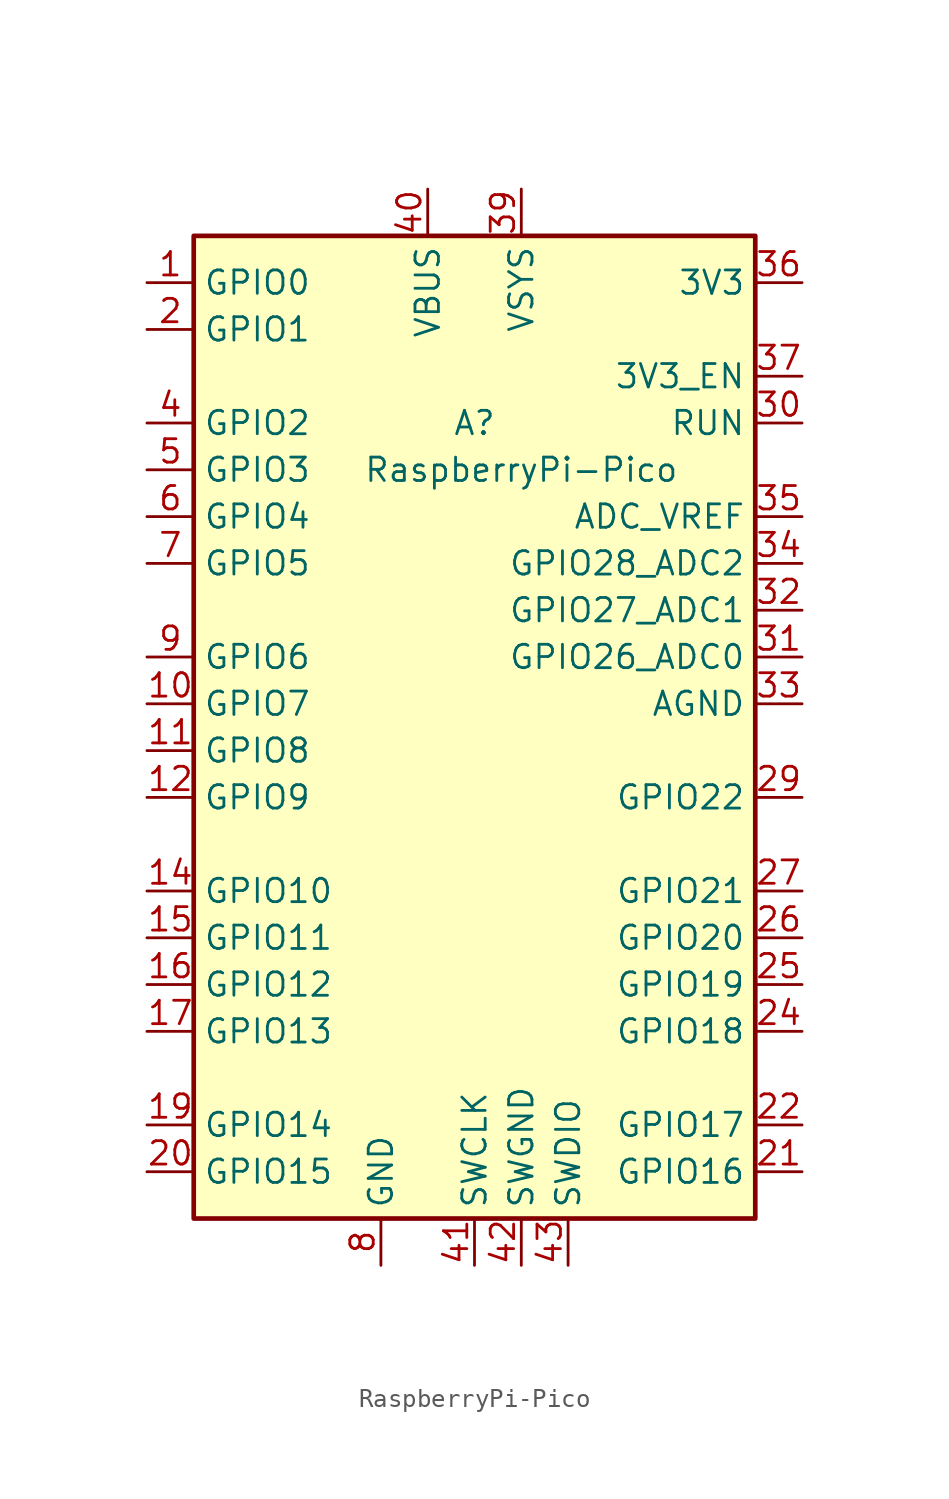
<source format=kicad_sym>
(kicad_symbol_lib
  (version 20211014)
  (generator kicad_symbol_editor)
  (symbol "RaspberryPi-Pico"
    (property "Reference" "A"
      (at 0 17.78 0)
      (effects (font (size 1.27 1.27))))
    (property "Value" "RaspberryPi-Pico"
      (at 2.54 15.24 0)
      (effects (font (size 1.27 1.27))))
    (symbol "RaspberryPi-Pico_0_1"
      (rectangle (start -15.24 27.94) (end 15.24 -25.4) (stroke (width 0.254) (type default) (color 0 0 0 0)) (fill (type background))))
    (symbol "RaspberryPi-Pico_1_1"
      (pin bidirectional line (at -17.78 25.4 0) (length 2.54) (name "GPIO0" (effects (font (size 1.27 1.27)))) (number "1" (effects (font (size 1.27 1.27)))) (alternate "I2C0_SDA" bidirectional line) (alternate "PWM0_A" output line) (alternate "SPI0_RX" input line) (alternate "UART0_TX" output line) (alternate "USB_OVCUR_DET" input line))
      (pin bidirectional line (at -17.78 2.54 0) (length 2.54) (name "GPIO7" (effects (font (size 1.27 1.27)))) (number "10" (effects (font (size 1.27 1.27)))) (alternate "I2C1_SCL" bidirectional line) (alternate "PWM3_B" bidirectional line) (alternate "SPI0_TX" output line) (alternate "USB_VBUS_DET" input line) (alternate "~{UART1_RTS}" output line))
      (pin bidirectional line (at -17.78 0 0) (length 2.54) (name "GPIO8" (effects (font (size 1.27 1.27)))) (number "11" (effects (font (size 1.27 1.27)))) (alternate "I2C0_SDA" bidirectional line) (alternate "PWM4_A" output line) (alternate "SPI1_RX" input line) (alternate "UART1_TX" output line) (alternate "USB_VBUS_EN" output line))
      (pin bidirectional line (at -17.78 -2.54 0) (length 2.54) (name "GPIO9" (effects (font (size 1.27 1.27)))) (number "12" (effects (font (size 1.27 1.27)))) (alternate "I2C0_SCL" bidirectional line) (alternate "PWM4_B" bidirectional line) (alternate "UART1_RX" input line) (alternate "USB_OVCUR_DET" input line) (alternate "~{SPI1_CS}" output line))
      (pin passive line (at -5.08 -27.94 90) (length 2.54) hide (name "GND" (effects (font (size 1.27 1.27)))) (number "13" (effects (font (size 1.27 1.27)))))
      (pin bidirectional line (at -17.78 -7.62 0) (length 2.54) (name "GPIO10" (effects (font (size 1.27 1.27)))) (number "14" (effects (font (size 1.27 1.27)))) (alternate "I2C1_SDA" bidirectional line) (alternate "PWM5_A" output line) (alternate "SPI1_SCK" bidirectional line) (alternate "USB_VBUS_DET" input line) (alternate "~{UART1_CTS}" input line))
      (pin bidirectional line (at -17.78 -10.16 0) (length 2.54) (name "GPIO11" (effects (font (size 1.27 1.27)))) (number "15" (effects (font (size 1.27 1.27)))) (alternate "I2C1_SCL" bidirectional line) (alternate "PWM5_B" bidirectional line) (alternate "SPI1_TX" output line) (alternate "USB_VBUS_EN" output line) (alternate "~{UART1_RTS}" output line))
      (pin bidirectional line (at -17.78 -12.7 0) (length 2.54) (name "GPIO12" (effects (font (size 1.27 1.27)))) (number "16" (effects (font (size 1.27 1.27)))) (alternate "I2C0_SDA" bidirectional line) (alternate "PWM6_A" output line) (alternate "SPI1_RX" input line) (alternate "UART0_TX" output line) (alternate "USB_OVCUR_DET" input line))
      (pin bidirectional line (at -17.78 -15.24 0) (length 2.54) (name "GPIO13" (effects (font (size 1.27 1.27)))) (number "17" (effects (font (size 1.27 1.27)))) (alternate "I2C0_SCL" bidirectional line) (alternate "PWM6_B" bidirectional line) (alternate "UART0_RX" input line) (alternate "USB_VBUS_DET" input line) (alternate "~{SPI1_CS}" output line))
      (pin passive line (at -5.08 -27.94 90) (length 2.54) hide (name "GND" (effects (font (size 1.27 1.27)))) (number "18" (effects (font (size 1.27 1.27)))))
      (pin bidirectional line (at -17.78 -20.32 0) (length 2.54) (name "GPIO14" (effects (font (size 1.27 1.27)))) (number "19" (effects (font (size 1.27 1.27)))) (alternate "I2C1_SDA" bidirectional line) (alternate "PWM7_A" output line) (alternate "SPI1_SCK" bidirectional line) (alternate "USB_VBUS_EN" output line) (alternate "~{UART0_CTS}" input line))
      (pin bidirectional line (at -17.78 22.86 0) (length 2.54) (name "GPIO1" (effects (font (size 1.27 1.27)))) (number "2" (effects (font (size 1.27 1.27)))) (alternate "I2C0_SCL" bidirectional line) (alternate "PWM0_B" bidirectional line) (alternate "UART0_RX" input line) (alternate "USB_VBUS_DET" input line) (alternate "~{SPI0_CS}" output line))
      (pin bidirectional line (at -17.78 -22.86 0) (length 2.54) (name "GPIO15" (effects (font (size 1.27 1.27)))) (number "20" (effects (font (size 1.27 1.27)))) (alternate "I2C1_SCL" bidirectional line) (alternate "PWM7_B" bidirectional line) (alternate "SPI1_TX" output line) (alternate "USB_OVCUR_DET" input line) (alternate "~{UART0_RTS}" output line))
      (pin bidirectional line (at 17.78 -22.86 180) (length 2.54) (name "GPIO16" (effects (font (size 1.27 1.27)))) (number "21" (effects (font (size 1.27 1.27)))) (alternate "I2C0_SDA" bidirectional line) (alternate "PWM0_A" output line) (alternate "SPI0_RX" input line) (alternate "UART0_TX" output line) (alternate "USB_VBUS_DET" input line))
      (pin bidirectional line (at 17.78 -20.32 180) (length 2.54) (name "GPIO17" (effects (font (size 1.27 1.27)))) (number "22" (effects (font (size 1.27 1.27)))) (alternate "I2C0_SCL" bidirectional line) (alternate "PWM0_B" bidirectional line) (alternate "UART0_RX" input line) (alternate "USB_VBUS_EN" output line) (alternate "~{SPI0_CS}" output line))
      (pin passive line (at -5.08 -27.94 90) (length 2.54) hide (name "GND" (effects (font (size 1.27 1.27)))) (number "23" (effects (font (size 1.27 1.27)))))
      (pin bidirectional line (at 17.78 -15.24 180) (length 2.54) (name "GPIO18" (effects (font (size 1.27 1.27)))) (number "24" (effects (font (size 1.27 1.27)))) (alternate "I2C1_SDA" bidirectional line) (alternate "PWM1_A" output line) (alternate "SPI0_SCK" bidirectional line) (alternate "USB_OVCUR_DET" input line) (alternate "~{UART0_CTS}" input line))
      (pin bidirectional line (at 17.78 -12.7 180) (length 2.54) (name "GPIO19" (effects (font (size 1.27 1.27)))) (number "25" (effects (font (size 1.27 1.27)))) (alternate "I2C1_SCL" bidirectional line) (alternate "PWM1_B" bidirectional line) (alternate "SPI0_TX" output line) (alternate "USB_VBUS_DET" input line) (alternate "~{UART0_RTS}" output line))
      (pin bidirectional line (at 17.78 -10.16 180) (length 2.54) (name "GPIO20" (effects (font (size 1.27 1.27)))) (number "26" (effects (font (size 1.27 1.27)))) (alternate "CLOCK_GPIN0" input line) (alternate "I2C0_SDA" bidirectional line) (alternate "PWM2_A" output line) (alternate "SPI0_RX" input line) (alternate "UART1_TX" output line) (alternate "USB_VBUS_EN" output line))
      (pin bidirectional line (at 17.78 -7.62 180) (length 2.54) (name "GPIO21" (effects (font (size 1.27 1.27)))) (number "27" (effects (font (size 1.27 1.27)))) (alternate "CLOCK_GPOUT0" output line) (alternate "I2C0_SCL" bidirectional line) (alternate "PWM2_B" bidirectional line) (alternate "UART1_RX" input line) (alternate "USB_OVCUR_DET" input line) (alternate "~{SPI0_CS}" output line))
      (pin passive line (at -5.08 -27.94 90) (length 2.54) hide (name "GND" (effects (font (size 1.27 1.27)))) (number "28" (effects (font (size 1.27 1.27)))))
      (pin bidirectional line (at 17.78 -2.54 180) (length 2.54) (name "GPIO22" (effects (font (size 1.27 1.27)))) (number "29" (effects (font (size 1.27 1.27)))) (alternate "CLOCK_GPIN1" input line) (alternate "I2C1_SDA" bidirectional line) (alternate "PWM3_A" output line) (alternate "SPI0_SCK" bidirectional line) (alternate "USB_VBUS_DET" input line) (alternate "~{UART1_CTS}" input line))
      (pin passive line (at -5.08 -27.94 90) (length 2.54) hide (name "GND" (effects (font (size 1.27 1.27)))) (number "3" (effects (font (size 1.27 1.27)))))
      (pin input line (at 17.78 17.78 180) (length 2.54) (name "RUN" (effects (font (size 1.27 1.27)))) (number "30" (effects (font (size 1.27 1.27)))) (alternate "~{RESET}" input line))
      (pin bidirectional line (at 17.78 5.08 180) (length 2.54) (name "GPIO26_ADC0" (effects (font (size 1.27 1.27)))) (number "31" (effects (font (size 1.27 1.27)))) (alternate "ADC0" input line) (alternate "GPIO26" bidirectional line) (alternate "I2C1_SDA" bidirectional line) (alternate "PWM5_A" output line) (alternate "SPI1_SCK" bidirectional line) (alternate "USB_VBUS_EN" output line) (alternate "~{UART1_CTS}" input line))
      (pin bidirectional line (at 17.78 7.62 180) (length 2.54) (name "GPIO27_ADC1" (effects (font (size 1.27 1.27)))) (number "32" (effects (font (size 1.27 1.27)))) (alternate "ADC1" input line) (alternate "GPIO27" bidirectional line) (alternate "I2C1_SCL" bidirectional line) (alternate "PWM5_B" bidirectional line) (alternate "SPI1_TX" output line) (alternate "USB_OVCUR_DET" input line) (alternate "~{UART1_RTS}" output line))
      (pin power_in line (at 17.78 2.54 180) (length 2.54) (name "AGND" (effects (font (size 1.27 1.27)))) (number "33" (effects (font (size 1.27 1.27)))) (alternate "GND" power_in line))
      (pin bidirectional line (at 17.78 10.16 180) (length 2.54) (name "GPIO28_ADC2" (effects (font (size 1.27 1.27)))) (number "34" (effects (font (size 1.27 1.27)))) (alternate "ADC2" input line) (alternate "GPIO28" bidirectional line) (alternate "I2C0_SDA" bidirectional line) (alternate "PWM6_A" output line) (alternate "SPI1_RX" input line) (alternate "UART0_TX" output line) (alternate "USB_VBUS_DET" input line))
      (pin power_in line (at 17.78 12.7 180) (length 2.54) (name "ADC_VREF" (effects (font (size 1.27 1.27)))) (number "35" (effects (font (size 1.27 1.27)))))
      (pin power_out line (at 17.78 25.4 180) (length 2.54) (name "3V3" (effects (font (size 1.27 1.27)))) (number "36" (effects (font (size 1.27 1.27)))))
      (pin input line (at 17.78 20.32 180) (length 2.54) (name "3V3_EN" (effects (font (size 1.27 1.27)))) (number "37" (effects (font (size 1.27 1.27)))))
      (pin passive line (at -5.08 -27.94 90) (length 2.54) hide (name "GND" (effects (font (size 1.27 1.27)))) (number "38" (effects (font (size 1.27 1.27)))))
      (pin power_out line (at 2.54 30.48 270) (length 2.54) (name "VSYS" (effects (font (size 1.27 1.27)))) (number "39" (effects (font (size 1.27 1.27)))) (alternate "VSYS" power_in line))
      (pin bidirectional line (at -17.78 17.78 0) (length 2.54) (name "GPIO2" (effects (font (size 1.27 1.27)))) (number "4" (effects (font (size 1.27 1.27)))) (alternate "I2C1_SDA" bidirectional line) (alternate "PWM1_A" output line) (alternate "SPI0_SCK" bidirectional line) (alternate "USB_VBUS_EN" output line) (alternate "~{UART0_CTS}" input line))
      (pin power_out line (at -2.54 30.48 270) (length 2.54) (name "VBUS" (effects (font (size 1.27 1.27)))) (number "40" (effects (font (size 1.27 1.27)))) (alternate "VBUS" power_in line))
      (pin input line (at 0 -27.94 90) (length 2.54) (name "SWCLK" (effects (font (size 1.27 1.27)))) (number "41" (effects (font (size 1.27 1.27)))))
      (pin power_in line (at 2.54 -27.94 90) (length 2.54) (name "SWGND" (effects (font (size 1.27 1.27)))) (number "42" (effects (font (size 1.27 1.27)))) (alternate "GND" power_in line))
      (pin bidirectional line (at 5.08 -27.94 90) (length 2.54) (name "SWDIO" (effects (font (size 1.27 1.27)))) (number "43" (effects (font (size 1.27 1.27)))))
      (pin bidirectional line (at -17.78 15.24 0) (length 2.54) (name "GPIO3" (effects (font (size 1.27 1.27)))) (number "5" (effects (font (size 1.27 1.27)))) (alternate "I2C1_SCL" bidirectional line) (alternate "PWM1_B" bidirectional line) (alternate "SPI0_TX" output line) (alternate "USB_OVCUR_DET" input line) (alternate "~{UART0_RTS}" output line))
      (pin bidirectional line (at -17.78 12.7 0) (length 2.54) (name "GPIO4" (effects (font (size 1.27 1.27)))) (number "6" (effects (font (size 1.27 1.27)))) (alternate "I2C0_SDA" bidirectional line) (alternate "PWM2_A" output line) (alternate "SPI0_RX" input line) (alternate "UART1_TX" output line) (alternate "USB_VBUS_DET" input line))
      (pin bidirectional line (at -17.78 10.16 0) (length 2.54) (name "GPIO5" (effects (font (size 1.27 1.27)))) (number "7" (effects (font (size 1.27 1.27)))) (alternate "I2C0_SCL" bidirectional line) (alternate "PWM2_B" bidirectional line) (alternate "UART1_RX" input line) (alternate "USB_VBUS_EN" output line) (alternate "~{SPI0_CS}" output line))
      (pin power_in line (at -5.08 -27.94 90) (length 2.54) (name "GND" (effects (font (size 1.27 1.27)))) (number "8" (effects (font (size 1.27 1.27)))))
      (pin bidirectional line (at -17.78 5.08 0) (length 2.54) (name "GPIO6" (effects (font (size 1.27 1.27)))) (number "9" (effects (font (size 1.27 1.27)))) (alternate "I2C1_SDA" bidirectional line) (alternate "PWM3_A" output line) (alternate "SPI0_SCK" bidirectional line) (alternate "USB_OVCUR_DET" input line) (alternate "~{UART1_CTS}" input line)))))
</source>
